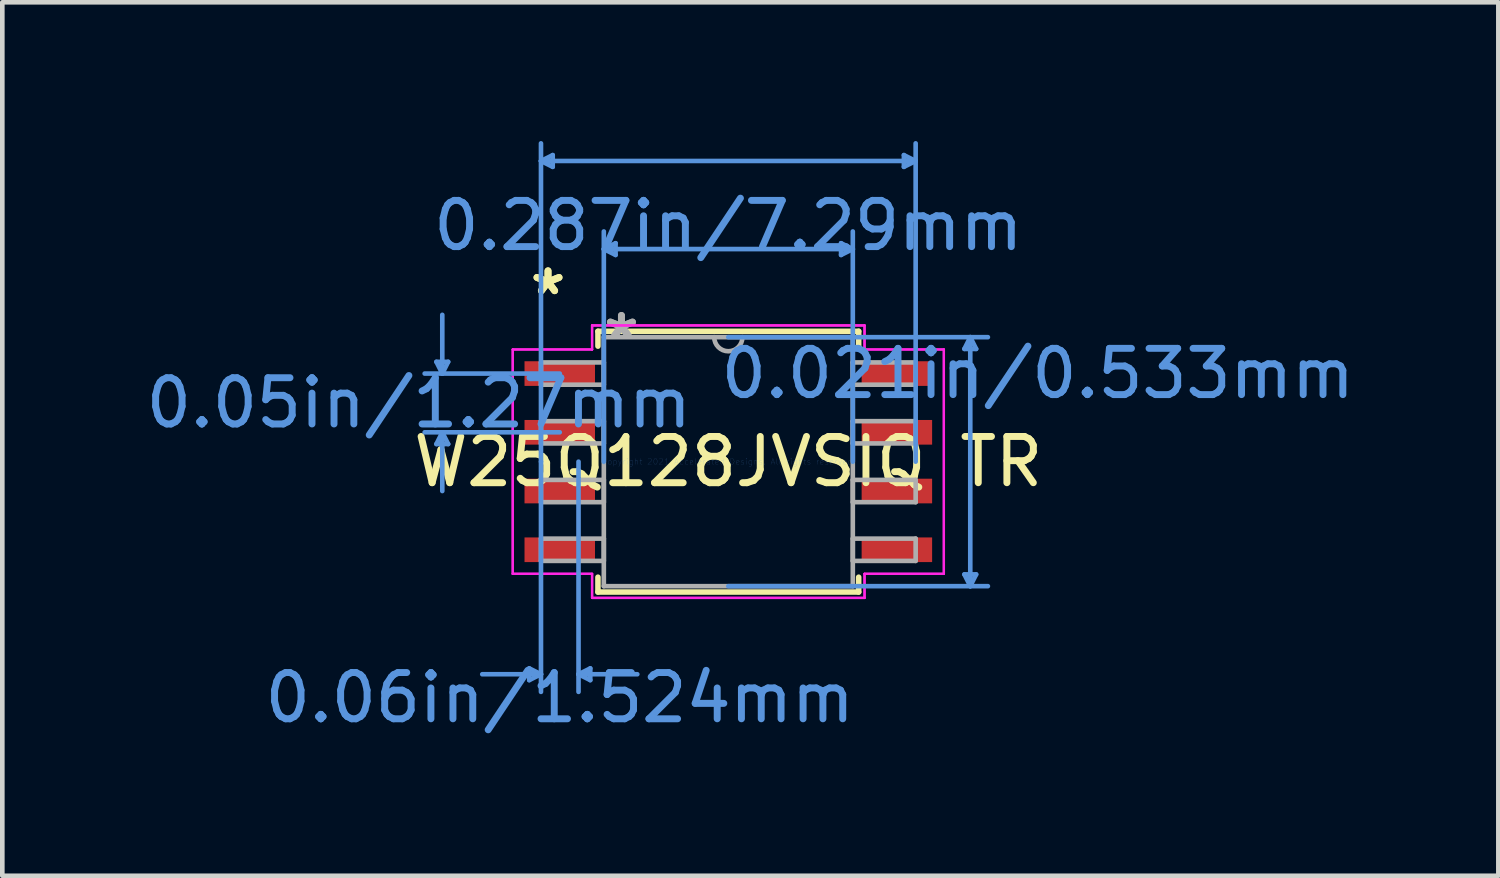
<source format=kicad_pcb>
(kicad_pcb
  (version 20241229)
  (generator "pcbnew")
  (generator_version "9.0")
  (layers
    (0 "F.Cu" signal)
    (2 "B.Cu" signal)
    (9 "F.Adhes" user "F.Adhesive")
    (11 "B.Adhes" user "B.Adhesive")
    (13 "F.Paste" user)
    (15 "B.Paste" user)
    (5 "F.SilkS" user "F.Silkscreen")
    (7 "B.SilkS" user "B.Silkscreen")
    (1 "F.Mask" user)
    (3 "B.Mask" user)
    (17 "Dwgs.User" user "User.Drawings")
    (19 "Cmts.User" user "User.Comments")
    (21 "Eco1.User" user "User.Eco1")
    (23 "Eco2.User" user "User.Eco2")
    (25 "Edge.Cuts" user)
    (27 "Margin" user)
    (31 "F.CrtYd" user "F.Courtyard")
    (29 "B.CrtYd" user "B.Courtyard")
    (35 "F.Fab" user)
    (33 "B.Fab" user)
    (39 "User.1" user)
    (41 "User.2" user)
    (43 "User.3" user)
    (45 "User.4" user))
  (footprint "W25Q128JVSIQ TR"
    (layer "F.Cu")
    (at 12.699 6.933)
    (property "Reference" "W25Q128JVSIQ TR" (at 0 0 0) (layer "F.SilkS") (effects (font (size 1 1) (thickness 0.15))))
    (attr through_hole)
    (fp_line (start -2.819 -2.819) (end -2.819 -2.498) (stroke (width 0.12) (type solid)) (layer "F.SilkS"))
    (fp_line (start -2.819 2.498) (end -2.819 2.819) (stroke (width 0.12) (type solid)) (layer "F.SilkS"))
    (fp_line (start -2.819 2.819) (end 2.819 2.819) (stroke (width 0.12) (type solid)) (layer "F.SilkS"))
    (fp_line (start 2.819 -2.819) (end -2.819 -2.819) (stroke (width 0.12) (type solid)) (layer "F.SilkS"))
    (fp_line (start 2.819 -2.498) (end 2.819 -2.819) (stroke (width 0.12) (type solid)) (layer "F.SilkS"))
    (fp_line (start 2.819 2.819) (end 2.819 2.498) (stroke (width 0.12) (type solid)) (layer "F.SilkS"))
    (fp_line (start -6.312 -2.159) (end -6.058 -2.159) (stroke (width 0.1) (type solid)) (layer "Cmts.User"))
    (fp_line (start -6.312 -0.381) (end -6.058 -0.381) (stroke (width 0.1) (type solid)) (layer "Cmts.User"))
    (fp_line (start -6.185 -1.905) (end -6.312 -2.159) (stroke (width 0.1) (type solid)) (layer "Cmts.User"))
    (fp_line (start -6.185 -1.905) (end -6.185 -3.175) (stroke (width 0.1) (type solid)) (layer "Cmts.User"))
    (fp_line (start -6.185 -1.905) (end -6.058 -2.159) (stroke (width 0.1) (type solid)) (layer "Cmts.User"))
    (fp_line (start -6.185 -0.635) (end -6.312 -0.381) (stroke (width 0.1) (type solid)) (layer "Cmts.User"))
    (fp_line (start -6.185 -0.635) (end -6.185 0.635) (stroke (width 0.1) (type solid)) (layer "Cmts.User"))
    (fp_line (start -6.185 -0.635) (end -6.058 -0.381) (stroke (width 0.1) (type solid)) (layer "Cmts.User"))
    (fp_line (start -4.305 4.47) (end -4.305 4.724) (stroke (width 0.1) (type solid)) (layer "Cmts.User"))
    (fp_line (start -4.051 -6.502) (end -3.797 -6.629) (stroke (width 0.1) (type solid)) (layer "Cmts.User"))
    (fp_line (start -4.051 -6.502) (end -3.797 -6.375) (stroke (width 0.1) (type solid)) (layer "Cmts.User"))
    (fp_line (start -4.051 -6.502) (end 4.051 -6.502) (stroke (width 0.1) (type solid)) (layer "Cmts.User"))
    (fp_line (start -4.051 0) (end -4.051 -6.883) (stroke (width 0.1) (type solid)) (layer "Cmts.User"))
    (fp_line (start -4.051 0) (end -4.051 4.978) (stroke (width 0.1) (type solid)) (layer "Cmts.User"))
    (fp_line (start -4.051 4.597) (end -5.321 4.597) (stroke (width 0.1) (type solid)) (layer "Cmts.User"))
    (fp_line (start -4.051 4.597) (end -4.305 4.47) (stroke (width 0.1) (type solid)) (layer "Cmts.User"))
    (fp_line (start -4.051 4.597) (end -4.305 4.724) (stroke (width 0.1) (type solid)) (layer "Cmts.User"))
    (fp_line (start -3.797 -6.629) (end -3.797 -6.375) (stroke (width 0.1) (type solid)) (layer "Cmts.User"))
    (fp_line (start -3.645 -1.905) (end -6.566 -1.905) (stroke (width 0.1) (type solid)) (layer "Cmts.User"))
    (fp_line (start -3.645 -0.635) (end -6.566 -0.635) (stroke (width 0.1) (type solid)) (layer "Cmts.User"))
    (fp_line (start -3.239 0) (end -3.239 4.978) (stroke (width 0.1) (type solid)) (layer "Cmts.User"))
    (fp_line (start -3.239 4.597) (end -2.985 4.47) (stroke (width 0.1) (type solid)) (layer "Cmts.User"))
    (fp_line (start -3.239 4.597) (end -2.985 4.724) (stroke (width 0.1) (type solid)) (layer "Cmts.User"))
    (fp_line (start -3.239 4.597) (end -1.968 4.597) (stroke (width 0.1) (type solid)) (layer "Cmts.User"))
    (fp_line (start -2.985 4.47) (end -2.985 4.724) (stroke (width 0.1) (type solid)) (layer "Cmts.User"))
    (fp_line (start -2.692 -4.597) (end -2.438 -4.724) (stroke (width 0.1) (type solid)) (layer "Cmts.User"))
    (fp_line (start -2.692 -4.597) (end -2.438 -4.47) (stroke (width 0.1) (type solid)) (layer "Cmts.User"))
    (fp_line (start -2.692 -4.597) (end 2.692 -4.597) (stroke (width 0.1) (type solid)) (layer "Cmts.User"))
    (fp_line (start -2.692 0) (end -2.692 -4.978) (stroke (width 0.1) (type solid)) (layer "Cmts.User"))
    (fp_line (start -2.438 -4.724) (end -2.438 -4.47) (stroke (width 0.1) (type solid)) (layer "Cmts.User"))
    (fp_line (start 0 -2.692) (end 5.613 -2.692) (stroke (width 0.1) (type solid)) (layer "Cmts.User"))
    (fp_line (start 0 2.692) (end 5.613 2.692) (stroke (width 0.1) (type solid)) (layer "Cmts.User"))
    (fp_line (start 2.438 -4.724) (end 2.438 -4.47) (stroke (width 0.1) (type solid)) (layer "Cmts.User"))
    (fp_line (start 2.692 -4.597) (end 2.438 -4.724) (stroke (width 0.1) (type solid)) (layer "Cmts.User"))
    (fp_line (start 2.692 -4.597) (end 2.438 -4.47) (stroke (width 0.1) (type solid)) (layer "Cmts.User"))
    (fp_line (start 2.692 0) (end 2.692 -4.978) (stroke (width 0.1) (type solid)) (layer "Cmts.User"))
    (fp_line (start 3.797 -6.629) (end 3.797 -6.375) (stroke (width 0.1) (type solid)) (layer "Cmts.User"))
    (fp_line (start 4.051 -6.502) (end 3.797 -6.629) (stroke (width 0.1) (type solid)) (layer "Cmts.User"))
    (fp_line (start 4.051 -6.502) (end 3.797 -6.375) (stroke (width 0.1) (type solid)) (layer "Cmts.User"))
    (fp_line (start 4.051 0) (end 4.051 -6.883) (stroke (width 0.1) (type solid)) (layer "Cmts.User"))
    (fp_line (start 5.105 -2.438) (end 5.359 -2.438) (stroke (width 0.1) (type solid)) (layer "Cmts.User"))
    (fp_line (start 5.105 2.438) (end 5.359 2.438) (stroke (width 0.1) (type solid)) (layer "Cmts.User"))
    (fp_line (start 5.232 -2.692) (end 5.105 -2.438) (stroke (width 0.1) (type solid)) (layer "Cmts.User"))
    (fp_line (start 5.232 -2.692) (end 5.232 2.692) (stroke (width 0.1) (type solid)) (layer "Cmts.User"))
    (fp_line (start 5.232 -2.692) (end 5.359 -2.438) (stroke (width 0.1) (type solid)) (layer "Cmts.User"))
    (fp_line (start 5.232 2.692) (end 5.105 2.438) (stroke (width 0.1) (type solid)) (layer "Cmts.User"))
    (fp_line (start 5.232 2.692) (end 5.359 2.438) (stroke (width 0.1) (type solid)) (layer "Cmts.User"))
    (fp_line (start -4.661 -2.426) (end -2.946 -2.426) (stroke (width 0.05) (type solid)) (layer "F.CrtYd"))
    (fp_line (start -4.661 -2.426) (end -2.946 -2.426) (stroke (width 0.05) (type solid)) (layer "F.CrtYd"))
    (fp_line (start -4.661 2.426) (end -4.661 -2.426) (stroke (width 0.05) (type solid)) (layer "F.CrtYd"))
    (fp_line (start -4.661 2.426) (end -4.661 -2.426) (stroke (width 0.05) (type solid)) (layer "F.CrtYd"))
    (fp_line (start -4.661 2.426) (end -2.946 2.426) (stroke (width 0.05) (type solid)) (layer "F.CrtYd"))
    (fp_line (start -2.946 -2.946) (end 2.946 -2.946) (stroke (width 0.05) (type solid)) (layer "F.CrtYd"))
    (fp_line (start -2.946 -2.946) (end 2.946 -2.946) (stroke (width 0.05) (type solid)) (layer "F.CrtYd"))
    (fp_line (start -2.946 -2.426) (end -2.946 -2.946) (stroke (width 0.05) (type solid)) (layer "F.CrtYd"))
    (fp_line (start -2.946 -2.426) (end -2.946 -2.946) (stroke (width 0.05) (type solid)) (layer "F.CrtYd"))
    (fp_line (start -2.946 2.426) (end -4.661 2.426) (stroke (width 0.05) (type solid)) (layer "F.CrtYd"))
    (fp_line (start -2.946 2.946) (end -2.946 2.426) (stroke (width 0.05) (type solid)) (layer "F.CrtYd"))
    (fp_line (start -2.946 2.946) (end -2.946 2.426) (stroke (width 0.05) (type solid)) (layer "F.CrtYd"))
    (fp_line (start 2.946 -2.946) (end 2.946 -2.426) (stroke (width 0.05) (type solid)) (layer "F.CrtYd"))
    (fp_line (start 2.946 -2.946) (end 2.946 -2.426) (stroke (width 0.05) (type solid)) (layer "F.CrtYd"))
    (fp_line (start 2.946 -2.426) (end 4.661 -2.426) (stroke (width 0.05) (type solid)) (layer "F.CrtYd"))
    (fp_line (start 2.946 2.426) (end 2.946 2.946) (stroke (width 0.05) (type solid)) (layer "F.CrtYd"))
    (fp_line (start 2.946 2.426) (end 2.946 2.946) (stroke (width 0.05) (type solid)) (layer "F.CrtYd"))
    (fp_line (start 2.946 2.946) (end -2.946 2.946) (stroke (width 0.05) (type solid)) (layer "F.CrtYd"))
    (fp_line (start 2.946 2.946) (end -2.946 2.946) (stroke (width 0.05) (type solid)) (layer "F.CrtYd"))
    (fp_line (start 4.661 -2.426) (end 2.946 -2.426) (stroke (width 0.05) (type solid)) (layer "F.CrtYd"))
    (fp_line (start 4.661 -2.426) (end 4.661 2.426) (stroke (width 0.05) (type solid)) (layer "F.CrtYd"))
    (fp_line (start 4.661 -2.426) (end 4.661 2.426) (stroke (width 0.05) (type solid)) (layer "F.CrtYd"))
    (fp_line (start 4.661 2.426) (end 2.946 2.426) (stroke (width 0.05) (type solid)) (layer "F.CrtYd"))
    (fp_line (start 4.661 2.426) (end 2.946 2.426) (stroke (width 0.05) (type solid)) (layer "F.CrtYd"))
    (fp_line (start -4.051 -2.146) (end -4.051 -1.664) (stroke (width 0.1) (type solid)) (layer "F.Fab"))
    (fp_line (start -4.051 -1.664) (end -2.692 -1.664) (stroke (width 0.1) (type solid)) (layer "F.Fab"))
    (fp_line (start -4.051 -0.876) (end -4.051 -0.394) (stroke (width 0.1) (type solid)) (layer "F.Fab"))
    (fp_line (start -4.051 -0.394) (end -2.692 -0.394) (stroke (width 0.1) (type solid)) (layer "F.Fab"))
    (fp_line (start -4.051 0.394) (end -4.051 0.876) (stroke (width 0.1) (type solid)) (layer "F.Fab"))
    (fp_line (start -4.051 0.876) (end -2.692 0.876) (stroke (width 0.1) (type solid)) (layer "F.Fab"))
    (fp_line (start -4.051 1.664) (end -4.051 2.146) (stroke (width 0.1) (type solid)) (layer "F.Fab"))
    (fp_line (start -4.051 2.146) (end -2.692 2.146) (stroke (width 0.1) (type solid)) (layer "F.Fab"))
    (fp_line (start -2.692 -2.692) (end -2.692 2.692) (stroke (width 0.1) (type solid)) (layer "F.Fab"))
    (fp_line (start -2.692 -2.146) (end -4.051 -2.146) (stroke (width 0.1) (type solid)) (layer "F.Fab"))
    (fp_line (start -2.692 -1.664) (end -2.692 -2.146) (stroke (width 0.1) (type solid)) (layer "F.Fab"))
    (fp_line (start -2.692 -0.876) (end -4.051 -0.876) (stroke (width 0.1) (type solid)) (layer "F.Fab"))
    (fp_line (start -2.692 -0.394) (end -2.692 -0.876) (stroke (width 0.1) (type solid)) (layer "F.Fab"))
    (fp_line (start -2.692 0.394) (end -4.051 0.394) (stroke (width 0.1) (type solid)) (layer "F.Fab"))
    (fp_line (start -2.692 0.876) (end -2.692 0.394) (stroke (width 0.1) (type solid)) (layer "F.Fab"))
    (fp_line (start -2.692 1.664) (end -4.051 1.664) (stroke (width 0.1) (type solid)) (layer "F.Fab"))
    (fp_line (start -2.692 2.146) (end -2.692 1.664) (stroke (width 0.1) (type solid)) (layer "F.Fab"))
    (fp_line (start -2.692 2.692) (end 2.692 2.692) (stroke (width 0.1) (type solid)) (layer "F.Fab"))
    (fp_line (start 2.692 -2.692) (end -2.692 -2.692) (stroke (width 0.1) (type solid)) (layer "F.Fab"))
    (fp_line (start 2.692 -2.146) (end 2.692 -1.664) (stroke (width 0.1) (type solid)) (layer "F.Fab"))
    (fp_line (start 2.692 -1.664) (end 4.051 -1.664) (stroke (width 0.1) (type solid)) (layer "F.Fab"))
    (fp_line (start 2.692 -0.876) (end 2.692 -0.394) (stroke (width 0.1) (type solid)) (layer "F.Fab"))
    (fp_line (start 2.692 -0.394) (end 4.051 -0.394) (stroke (width 0.1) (type solid)) (layer "F.Fab"))
    (fp_line (start 2.692 0.394) (end 2.692 0.876) (stroke (width 0.1) (type solid)) (layer "F.Fab"))
    (fp_line (start 2.692 0.876) (end 4.051 0.876) (stroke (width 0.1) (type solid)) (layer "F.Fab"))
    (fp_line (start 2.692 1.664) (end 2.692 2.146) (stroke (width 0.1) (type solid)) (layer "F.Fab"))
    (fp_line (start 2.692 2.146) (end 4.051 2.146) (stroke (width 0.1) (type solid)) (layer "F.Fab"))
    (fp_line (start 2.692 2.692) (end 2.692 -2.692) (stroke (width 0.1) (type solid)) (layer "F.Fab"))
    (fp_line (start 4.051 -2.146) (end 2.692 -2.146) (stroke (width 0.1) (type solid)) (layer "F.Fab"))
    (fp_line (start 4.051 -1.664) (end 4.051 -2.146) (stroke (width 0.1) (type solid)) (layer "F.Fab"))
    (fp_line (start 4.051 -0.876) (end 2.692 -0.876) (stroke (width 0.1) (type solid)) (layer "F.Fab"))
    (fp_line (start 4.051 -0.394) (end 4.051 -0.876) (stroke (width 0.1) (type solid)) (layer "F.Fab"))
    (fp_line (start 4.051 0.394) (end 2.692 0.394) (stroke (width 0.1) (type solid)) (layer "F.Fab"))
    (fp_line (start 4.051 0.876) (end 4.051 0.394) (stroke (width 0.1) (type solid)) (layer "F.Fab"))
    (fp_line (start 4.051 1.664) (end 2.692 1.664) (stroke (width 0.1) (type solid)) (layer "F.Fab"))
    (fp_line (start 4.051 2.146) (end 4.051 1.664) (stroke (width 0.1) (type solid)) (layer "F.Fab"))
    (fp_arc (start 0.3048 -2.6924) (mid 0 -2.3876) (end -0.3048 -2.6924) (stroke (width 0.1) (type solid)) (layer "F.Fab"))
    (fp_text user "*" (at -3.899 -3.581 0) (layer "F.SilkS") (effects (font (size 1 1) (thickness 0.15))))
    (fp_text user "*" (at -3.899 -3.581 0) (layer "F.SilkS") (effects (font (size 1 1) (thickness 0.15))))
    (fp_text user "0.05in/1.27mm" (at -6.693 -1.27 0) (layer "Cmts.User") (effects (font (size 1 1) (thickness 0.15))))
    (fp_text user "Copyright 2021 Accelerated Designs. All rights reserved." (at 0 0 0) (layer "Cmts.User") (effects (font (size 0.127 0.127) (thickness 0.002))))
    (fp_text user "0.06in/1.524mm" (at -3.645 5.105 0) (layer "Cmts.User") (effects (font (size 1 1) (thickness 0.15))))
    (fp_text user "0.021in/0.533mm" (at 6.693 -1.905 0) (layer "Cmts.User") (effects (font (size 1 1) (thickness 0.15))))
    (fp_text user "0.287in/7.29mm" (at 0 -5.105 0) (layer "Cmts.User") (effects (font (size 1 1) (thickness 0.15))))
    (fp_text user "*" (at -2.311 -2.616 0) (layer "F.Fab") (effects (font (size 1 1) (thickness 0.15))))
    (fp_text user "*" (at -2.311 -2.616 0) (layer "F.Fab") (effects (font (size 1 1) (thickness 0.15))))
    (pad "1" smd rect (at -3.645 -1.905) (size 1.524 0.533) (layers "F.Cu" "F.Mask" "F.Paste"))
    (pad "2" smd rect (at -3.645 -0.635) (size 1.524 0.533) (layers "F.Cu" "F.Mask" "F.Paste"))
    (pad "3" smd rect (at -3.645 0.635) (size 1.524 0.533) (layers "F.Cu" "F.Mask" "F.Paste"))
    (pad "4" smd rect (at -3.645 1.905) (size 1.524 0.533) (layers "F.Cu" "F.Mask" "F.Paste"))
    (pad "5" smd rect (at 3.645 1.905) (size 1.524 0.533) (layers "F.Cu" "F.Mask" "F.Paste"))
    (pad "6" smd rect (at 3.645 0.635) (size 1.524 0.533) (layers "F.Cu" "F.Mask" "F.Paste"))
    (pad "7" smd rect (at 3.645 -0.635) (size 1.524 0.533) (layers "F.Cu" "F.Mask" "F.Paste"))
    (pad "8" smd rect (at 3.645 -1.905) (size 1.524 0.533) (layers "F.Cu" "F.Mask" "F.Paste")))
  (gr_rect
    (start -3 -3)
    (end 29.35 15.887)
    (stroke (width 0.1) (type default))
    (fill no)
    (layer "Edge.Cuts")))
</source>
